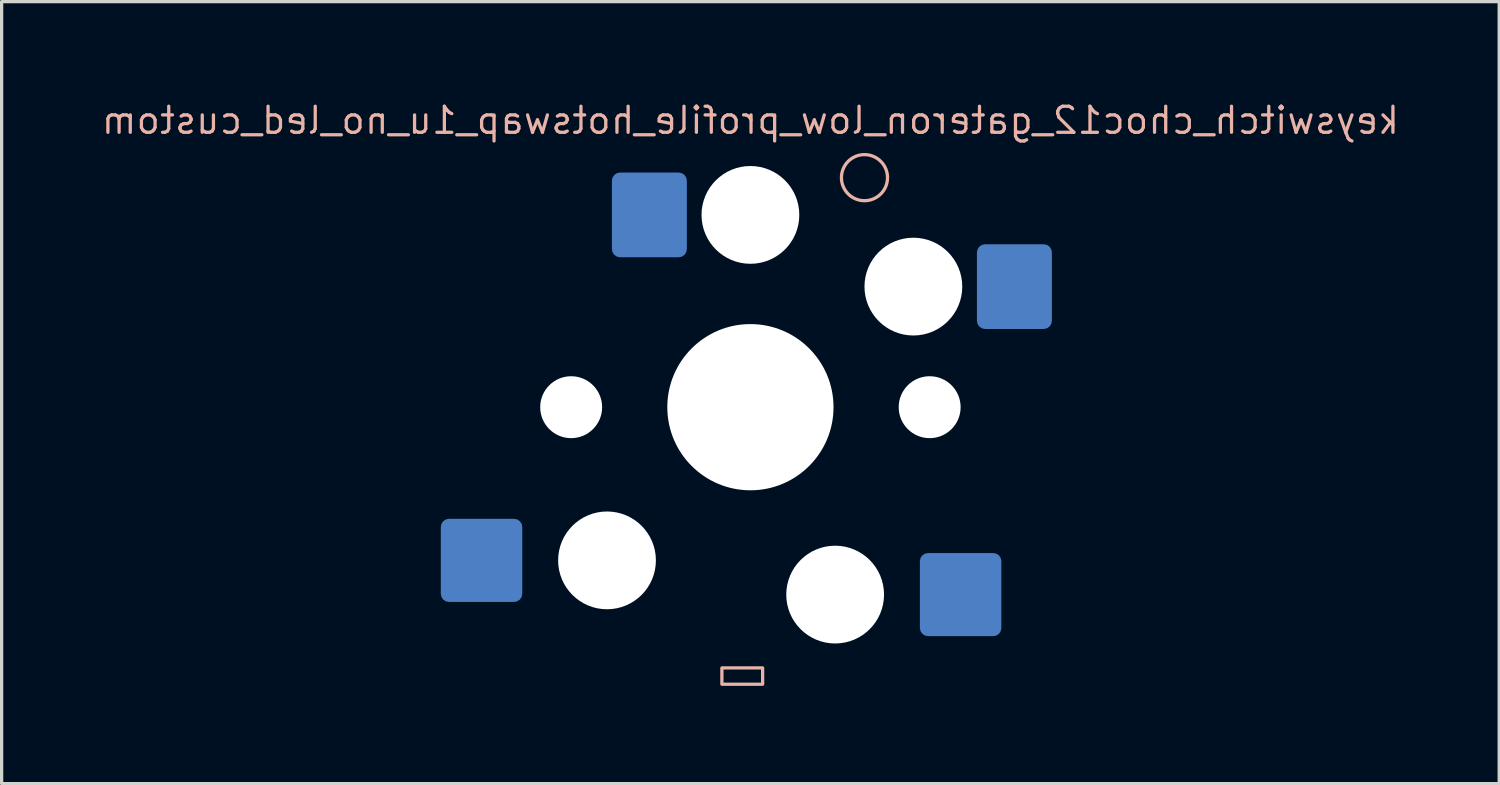
<source format=kicad_pcb>
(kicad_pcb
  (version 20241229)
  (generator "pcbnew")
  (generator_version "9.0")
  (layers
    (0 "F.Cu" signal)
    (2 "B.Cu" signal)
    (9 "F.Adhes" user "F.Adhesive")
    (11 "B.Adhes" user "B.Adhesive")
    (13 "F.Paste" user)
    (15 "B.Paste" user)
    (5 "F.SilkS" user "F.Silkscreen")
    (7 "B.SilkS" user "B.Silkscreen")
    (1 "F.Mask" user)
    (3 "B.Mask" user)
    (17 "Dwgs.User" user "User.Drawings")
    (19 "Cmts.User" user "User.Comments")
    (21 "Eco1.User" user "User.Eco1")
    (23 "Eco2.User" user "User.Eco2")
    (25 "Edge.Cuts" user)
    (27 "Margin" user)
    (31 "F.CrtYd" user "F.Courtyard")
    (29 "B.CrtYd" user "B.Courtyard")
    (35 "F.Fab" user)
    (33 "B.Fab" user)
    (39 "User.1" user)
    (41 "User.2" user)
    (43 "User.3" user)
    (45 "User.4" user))
  (footprint "keyswitch_choc12_gateron_low_profile_hotswap_1u_no_led_custom"
    (layer "F.Cu")
    (at 19.975 9.444)
    (property "Reference" "keyswitch_choc12_gateron_low_profile_hotswap_1u_no_led_custom" (at 0 -8.8 180) (layer "B.SilkS") (effects (font (size 0.8 0.8) (thickness 0.1) (bold yes)) (justify mirror)))
    (attr smd)
    (fp_rect (start -0.875 8) (end 0.375 8.5) (stroke (width 0.1) (type default)) (fill no) (layer "B.SilkS"))
    (fp_circle (center 3.5 -7.043) (end 4 -6.543) (stroke (width 0.1) (type default)) (fill no) (layer "B.SilkS"))
    (pad "" np_thru_hole circle (at -5.5 0 90) (size 1.9 1.9) (drill 1.9) (layers "*.Cu" "*.Mask"))
    (pad "" np_thru_hole circle (at -4.4 4.7 90) (size 3 3) (drill 3) (layers "*.Cu" "*.Mask"))
    (pad "" np_thru_hole circle (at 0 -5.9 90) (size 3 3) (drill 3) (layers "*.Cu" "*.Mask"))
    (pad "" np_thru_hole circle (at 0 0 90) (size 5.1 5.1) (drill 5.1) (layers "*.Cu" "*.Mask"))
    (pad "" np_thru_hole circle (at 2.6 5.75 90) (size 3 3) (drill 3) (layers "*.Cu" "*.Mask"))
    (pad "" np_thru_hole circle (at 5 -3.7 90) (size 3 3) (drill 3) (layers "*.Cu" "*.Mask"))
    (pad "" np_thru_hole circle (at 5.5 0 90) (size 1.9 1.9) (drill 1.9) (layers "*.Cu" "*.Mask"))
    (pad "1" smd roundrect (at 6.45 5.75) (size 2.5 2.55) (layers "B.Cu" "B.Mask" "B.Paste") (roundrect_rratio 0.1))
    (pad "1" smd roundrect (at 8.1 -3.7 180) (size 2.3 2.6) (layers "B.Cu" "B.Mask" "B.Paste") (roundrect_rratio 0.109))
    (pad "2" smd roundrect (at -8.25 4.7) (size 2.5 2.55) (layers "B.Cu" "B.Mask" "B.Paste") (roundrect_rratio 0.1))
    (pad "2" smd roundrect (at -3.1 -5.9 180) (size 2.3 2.6) (layers "B.Cu" "B.Mask" "B.Paste") (roundrect_rratio 0.109)))
  (gr_rect
    (start -3 -3)
    (end 42.95 20.994)
    (stroke (width 0.1) (type default))
    (fill no)
    (layer "Edge.Cuts")))
</source>
